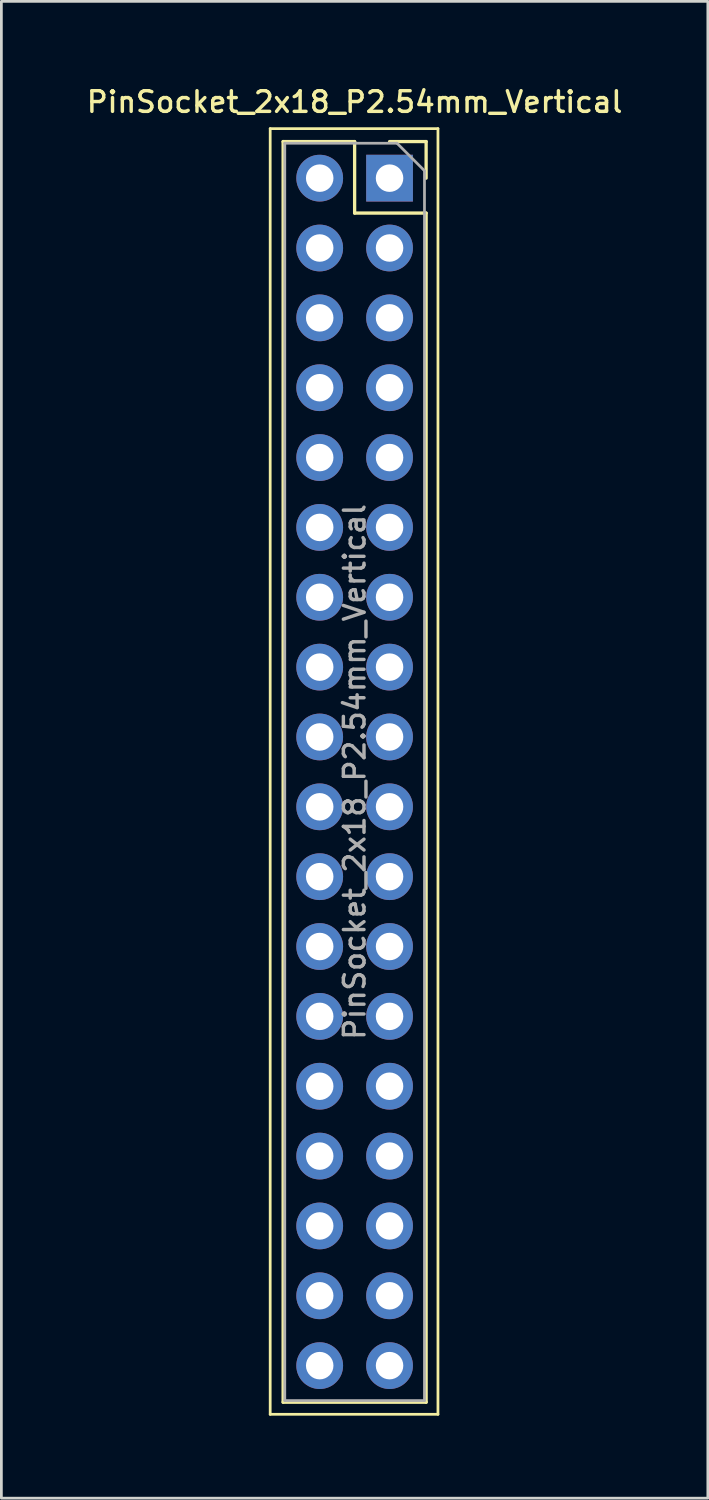
<source format=kicad_pcb>
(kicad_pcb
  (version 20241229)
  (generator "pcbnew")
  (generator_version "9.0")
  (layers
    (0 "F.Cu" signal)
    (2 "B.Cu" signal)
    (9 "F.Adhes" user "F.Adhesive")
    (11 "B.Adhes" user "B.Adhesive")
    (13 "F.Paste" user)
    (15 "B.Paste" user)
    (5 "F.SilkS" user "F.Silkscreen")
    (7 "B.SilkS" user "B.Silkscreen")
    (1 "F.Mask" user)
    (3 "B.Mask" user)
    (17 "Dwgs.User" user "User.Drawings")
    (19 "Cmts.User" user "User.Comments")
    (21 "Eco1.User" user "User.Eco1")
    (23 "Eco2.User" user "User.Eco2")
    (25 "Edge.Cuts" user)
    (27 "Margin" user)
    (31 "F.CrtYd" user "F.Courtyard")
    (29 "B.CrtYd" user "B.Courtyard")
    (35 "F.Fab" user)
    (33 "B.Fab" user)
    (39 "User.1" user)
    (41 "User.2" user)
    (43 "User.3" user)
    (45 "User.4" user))
  (footprint "PinSocket_2x18_P2.54mm_Vertical"
    (layer "F.Cu")
    (at 11.115 3.428)
    (property "Reference" "PinSocket_2x18_P2.54mm_Vertical" (at -1.27 -2.77 0) (layer "F.SilkS") (effects (font (size 0.75 0.75) (thickness 0.125))))
    (attr through_hole)
    (fp_line (start -4.34 -1.8) (end 1.76 -1.8) (stroke (width 0.1) (type solid)) (layer "F.SilkS"))
    (fp_line (start -4.34 44.95) (end -4.34 -1.8) (stroke (width 0.1) (type solid)) (layer "F.SilkS"))
    (fp_line (start -3.87 -1.33) (end -3.87 44.51) (stroke (width 0.12) (type solid)) (layer "F.SilkS"))
    (fp_line (start -3.87 -1.33) (end -1.27 -1.33) (stroke (width 0.12) (type solid)) (layer "F.SilkS"))
    (fp_line (start -3.87 44.51) (end 1.33 44.51) (stroke (width 0.12) (type solid)) (layer "F.SilkS"))
    (fp_line (start -1.27 -1.33) (end -1.27 1.27) (stroke (width 0.12) (type solid)) (layer "F.SilkS"))
    (fp_line (start -1.27 1.27) (end 1.33 1.27) (stroke (width 0.12) (type solid)) (layer "F.SilkS"))
    (fp_line (start 0 -1.33) (end 1.33 -1.33) (stroke (width 0.12) (type solid)) (layer "F.SilkS"))
    (fp_line (start 1.33 -1.33) (end 1.33 0) (stroke (width 0.12) (type solid)) (layer "F.SilkS"))
    (fp_line (start 1.33 1.27) (end 1.33 44.51) (stroke (width 0.12) (type solid)) (layer "F.SilkS"))
    (fp_line (start 1.76 -1.8) (end 1.76 44.95) (stroke (width 0.1) (type solid)) (layer "F.SilkS"))
    (fp_line (start 1.76 44.95) (end -4.34 44.95) (stroke (width 0.1) (type solid)) (layer "F.SilkS"))
    (fp_line (start -3.81 -1.27) (end 0.27 -1.27) (stroke (width 0.1) (type solid)) (layer "F.Fab"))
    (fp_line (start -3.81 44.45) (end -3.81 -1.27) (stroke (width 0.1) (type solid)) (layer "F.Fab"))
    (fp_line (start 0.27 -1.27) (end 1.27 -0.27) (stroke (width 0.1) (type solid)) (layer "F.Fab"))
    (fp_line (start 1.27 -0.27) (end 1.27 44.45) (stroke (width 0.1) (type solid)) (layer "F.Fab"))
    (fp_line (start 1.27 44.45) (end -3.81 44.45) (stroke (width 0.1) (type solid)) (layer "F.Fab"))
    (fp_text user "${REFERENCE}" (at -1.27 21.59 90) (layer "F.Fab") (effects (font (size 0.75 0.75) (thickness 0.125))))
    (pad "1" thru_hole rect (at 0 0) (size 1.7 1.7) (drill 1) (layers "*.Cu" "*.Mask"))
    (pad "2" thru_hole oval (at -2.54 0) (size 1.7 1.7) (drill 1) (layers "*.Cu" "*.Mask"))
    (pad "3" thru_hole oval (at 0 2.54) (size 1.7 1.7) (drill 1) (layers "*.Cu" "*.Mask"))
    (pad "4" thru_hole oval (at -2.54 2.54) (size 1.7 1.7) (drill 1) (layers "*.Cu" "*.Mask"))
    (pad "5" thru_hole oval (at 0 5.08) (size 1.7 1.7) (drill 1) (layers "*.Cu" "*.Mask"))
    (pad "6" thru_hole oval (at -2.54 5.08) (size 1.7 1.7) (drill 1) (layers "*.Cu" "*.Mask"))
    (pad "7" thru_hole oval (at 0 7.62) (size 1.7 1.7) (drill 1) (layers "*.Cu" "*.Mask"))
    (pad "8" thru_hole oval (at -2.54 7.62) (size 1.7 1.7) (drill 1) (layers "*.Cu" "*.Mask"))
    (pad "9" thru_hole oval (at 0 10.16) (size 1.7 1.7) (drill 1) (layers "*.Cu" "*.Mask"))
    (pad "10" thru_hole oval (at -2.54 10.16) (size 1.7 1.7) (drill 1) (layers "*.Cu" "*.Mask"))
    (pad "11" thru_hole oval (at 0 12.7) (size 1.7 1.7) (drill 1) (layers "*.Cu" "*.Mask"))
    (pad "12" thru_hole oval (at -2.54 12.7) (size 1.7 1.7) (drill 1) (layers "*.Cu" "*.Mask"))
    (pad "13" thru_hole oval (at 0 15.24) (size 1.7 1.7) (drill 1) (layers "*.Cu" "*.Mask"))
    (pad "14" thru_hole oval (at -2.54 15.24) (size 1.7 1.7) (drill 1) (layers "*.Cu" "*.Mask"))
    (pad "15" thru_hole oval (at 0 17.78) (size 1.7 1.7) (drill 1) (layers "*.Cu" "*.Mask"))
    (pad "16" thru_hole oval (at -2.54 17.78) (size 1.7 1.7) (drill 1) (layers "*.Cu" "*.Mask"))
    (pad "17" thru_hole oval (at 0 20.32) (size 1.7 1.7) (drill 1) (layers "*.Cu" "*.Mask"))
    (pad "18" thru_hole oval (at -2.54 20.32) (size 1.7 1.7) (drill 1) (layers "*.Cu" "*.Mask"))
    (pad "19" thru_hole oval (at 0 22.86) (size 1.7 1.7) (drill 1) (layers "*.Cu" "*.Mask"))
    (pad "20" thru_hole oval (at -2.54 22.86) (size 1.7 1.7) (drill 1) (layers "*.Cu" "*.Mask"))
    (pad "21" thru_hole oval (at 0 25.4) (size 1.7 1.7) (drill 1) (layers "*.Cu" "*.Mask"))
    (pad "22" thru_hole oval (at -2.54 25.4) (size 1.7 1.7) (drill 1) (layers "*.Cu" "*.Mask"))
    (pad "23" thru_hole oval (at 0 27.94) (size 1.7 1.7) (drill 1) (layers "*.Cu" "*.Mask"))
    (pad "24" thru_hole oval (at -2.54 27.94) (size 1.7 1.7) (drill 1) (layers "*.Cu" "*.Mask"))
    (pad "25" thru_hole oval (at 0 30.48) (size 1.7 1.7) (drill 1) (layers "*.Cu" "*.Mask"))
    (pad "26" thru_hole oval (at -2.54 30.48) (size 1.7 1.7) (drill 1) (layers "*.Cu" "*.Mask"))
    (pad "27" thru_hole oval (at 0 33.02) (size 1.7 1.7) (drill 1) (layers "*.Cu" "*.Mask"))
    (pad "28" thru_hole oval (at -2.54 33.02) (size 1.7 1.7) (drill 1) (layers "*.Cu" "*.Mask"))
    (pad "29" thru_hole oval (at 0 35.56) (size 1.7 1.7) (drill 1) (layers "*.Cu" "*.Mask"))
    (pad "30" thru_hole oval (at -2.54 35.56) (size 1.7 1.7) (drill 1) (layers "*.Cu" "*.Mask"))
    (pad "31" thru_hole oval (at 0 38.1) (size 1.7 1.7) (drill 1) (layers "*.Cu" "*.Mask"))
    (pad "32" thru_hole oval (at -2.54 38.1) (size 1.7 1.7) (drill 1) (layers "*.Cu" "*.Mask"))
    (pad "33" thru_hole oval (at 0 40.64) (size 1.7 1.7) (drill 1) (layers "*.Cu" "*.Mask"))
    (pad "34" thru_hole oval (at -2.54 40.64) (size 1.7 1.7) (drill 1) (layers "*.Cu" "*.Mask"))
    (pad "35" thru_hole oval (at 0 43.18) (size 1.7 1.7) (drill 1) (layers "*.Cu" "*.Mask"))
    (pad "36" thru_hole oval (at -2.54 43.18) (size 1.7 1.7) (drill 1) (layers "*.Cu" "*.Mask")))
  (gr_rect
    (start -3 -3)
    (end 22.689 51.428)
    (stroke (width 0.1) (type default))
    (fill no)
    (layer "Edge.Cuts")))
</source>
